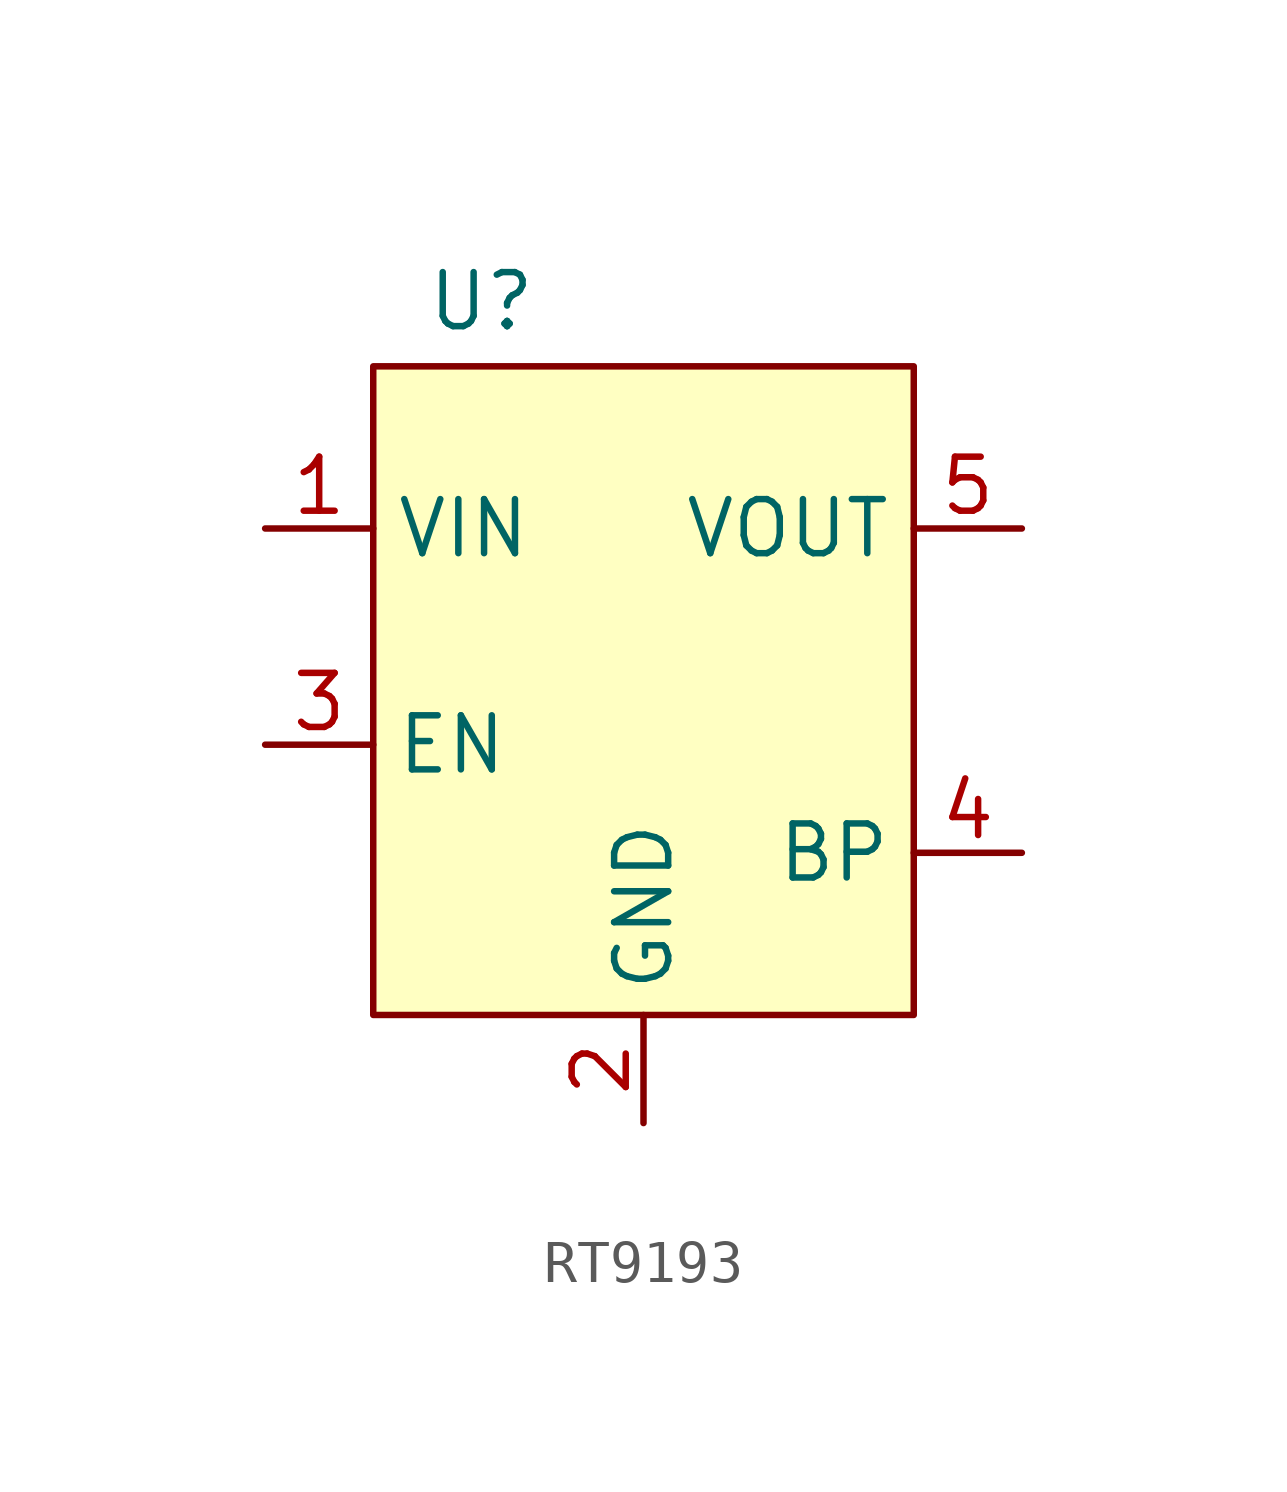
<source format=kicad_sym>
(kicad_symbol_lib
  (version 20241209)
  (generator "kicad_symbol_editor")
  (generator_version "9.0")
  (symbol "RT9193"
    (property "Reference" "U"
      (at -3.81 9.144 0)
      (effects (font (size 1.27 1.27))))
    (property "Value" ""
      (at 0 0 0)
      (effects (font (size 1.27 1.27))))
    (symbol "RT9193_1_1"
      (rectangle (start -6.35 7.62) (end 6.35 -7.62) (stroke (width 0) (type solid)) (fill (type background)))
      (pin power_in line (at -8.89 3.81 0) (length 2.54) (name "VIN" (effects (font (size 1.27 1.27)))) (number "1" (effects (font (size 1.27 1.27)))))
      (pin input line (at -8.89 -1.27 0) (length 2.54) (name "EN" (effects (font (size 1.27 1.27)))) (number "3" (effects (font (size 1.27 1.27)))))
      (pin power_in line (at 0 -10.16 90) (length 2.54) (name "GND" (effects (font (size 1.27 1.27)))) (number "2" (effects (font (size 1.27 1.27)))))
      (pin power_out line (at 8.89 3.81 180) (length 2.54) (name "VOUT" (effects (font (size 1.27 1.27)))) (number "5" (effects (font (size 1.27 1.27)))))
      (pin input line (at 8.89 -3.81 180) (length 2.54) (name "BP" (effects (font (size 1.27 1.27)))) (number "4" (effects (font (size 1.27 1.27))))))))
</source>
